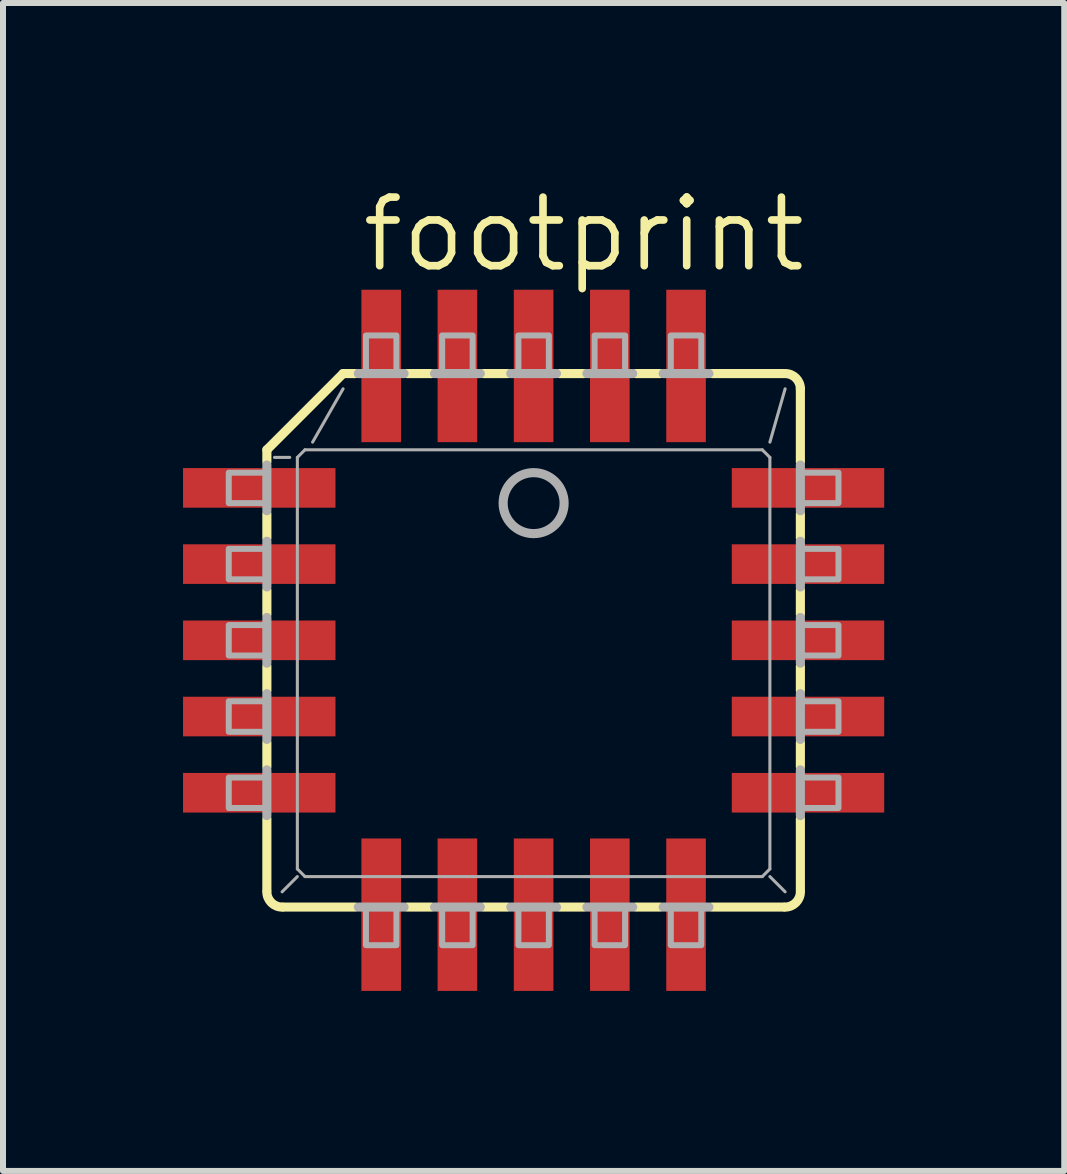
<source format=kicad_pcb>
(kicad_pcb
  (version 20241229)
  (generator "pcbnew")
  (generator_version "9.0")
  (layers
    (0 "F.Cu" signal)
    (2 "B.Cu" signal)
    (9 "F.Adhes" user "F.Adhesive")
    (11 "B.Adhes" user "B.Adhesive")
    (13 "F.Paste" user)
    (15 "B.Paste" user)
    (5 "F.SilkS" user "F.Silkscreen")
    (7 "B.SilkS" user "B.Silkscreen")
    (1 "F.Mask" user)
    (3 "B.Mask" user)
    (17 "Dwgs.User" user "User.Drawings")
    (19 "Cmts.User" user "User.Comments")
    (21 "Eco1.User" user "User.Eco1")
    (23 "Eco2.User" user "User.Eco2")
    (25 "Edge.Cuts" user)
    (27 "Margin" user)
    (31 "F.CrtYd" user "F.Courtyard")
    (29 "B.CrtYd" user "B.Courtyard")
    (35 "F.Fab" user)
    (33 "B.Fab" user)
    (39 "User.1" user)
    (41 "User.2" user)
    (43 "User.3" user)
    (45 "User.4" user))
  (footprint "footprint"
    (layer "F.Cu")
    (at 5.842 7.62)
    (property "Reference" "footprint" (at -2.921 -6.096 0) (layer "F.SilkS") (effects (font (size 1.143 1.143) (thickness 0.127)) (justify left bottom)))
    (fp_line (start -4.445 -3.175) (end -4.445 -2.972) (stroke (width 0.152) (type solid)) (layer "F.SilkS"))
    (fp_line (start -4.445 -3.175) (end -3.175 -4.445) (stroke (width 0.152) (type solid)) (layer "F.SilkS"))
    (fp_line (start -4.445 -2.108) (end -4.445 -1.702) (stroke (width 0.152) (type solid)) (layer "F.SilkS"))
    (fp_line (start -4.445 -0.432) (end -4.445 -0.838) (stroke (width 0.152) (type solid)) (layer "F.SilkS"))
    (fp_line (start -4.445 0.838) (end -4.445 0.432) (stroke (width 0.152) (type solid)) (layer "F.SilkS"))
    (fp_line (start -4.445 2.108) (end -4.445 1.702) (stroke (width 0.152) (type solid)) (layer "F.SilkS"))
    (fp_line (start -4.445 4.166) (end -4.445 2.972) (stroke (width 0.152) (type solid)) (layer "F.SilkS"))
    (fp_line (start -4.166 4.445) (end -2.972 4.445) (stroke (width 0.152) (type solid)) (layer "F.SilkS"))
    (fp_line (start -3.175 -4.445) (end -2.972 -4.445) (stroke (width 0.152) (type solid)) (layer "F.SilkS"))
    (fp_line (start -2.108 -4.445) (end -1.702 -4.445) (stroke (width 0.152) (type solid)) (layer "F.SilkS"))
    (fp_line (start -2.108 4.445) (end -1.702 4.445) (stroke (width 0.152) (type solid)) (layer "F.SilkS"))
    (fp_line (start -0.432 -4.445) (end -0.838 -4.445) (stroke (width 0.152) (type solid)) (layer "F.SilkS"))
    (fp_line (start -0.432 4.445) (end -0.838 4.445) (stroke (width 0.152) (type solid)) (layer "F.SilkS"))
    (fp_line (start 0.432 -4.445) (end 0.838 -4.445) (stroke (width 0.152) (type solid)) (layer "F.SilkS"))
    (fp_line (start 0.838 4.445) (end 0.432 4.445) (stroke (width 0.152) (type solid)) (layer "F.SilkS"))
    (fp_line (start 2.108 -4.445) (end 1.702 -4.445) (stroke (width 0.152) (type solid)) (layer "F.SilkS"))
    (fp_line (start 2.108 4.445) (end 1.702 4.445) (stroke (width 0.152) (type solid)) (layer "F.SilkS"))
    (fp_line (start 4.166 -4.445) (end 2.972 -4.445) (stroke (width 0.152) (type solid)) (layer "F.SilkS"))
    (fp_line (start 4.166 4.445) (end 2.972 4.445) (stroke (width 0.152) (type solid)) (layer "F.SilkS"))
    (fp_line (start 4.445 -4.191) (end 4.445 -2.972) (stroke (width 0.152) (type solid)) (layer "F.SilkS"))
    (fp_line (start 4.445 -2.108) (end 4.445 -1.702) (stroke (width 0.152) (type solid)) (layer "F.SilkS"))
    (fp_line (start 4.445 -0.838) (end 4.445 -0.432) (stroke (width 0.152) (type solid)) (layer "F.SilkS"))
    (fp_line (start 4.445 0.432) (end 4.445 0.838) (stroke (width 0.152) (type solid)) (layer "F.SilkS"))
    (fp_line (start 4.445 2.108) (end 4.445 1.702) (stroke (width 0.152) (type solid)) (layer "F.SilkS"))
    (fp_line (start 4.445 4.166) (end 4.445 2.972) (stroke (width 0.152) (type solid)) (layer "F.SilkS"))
    (fp_arc (start -4.191 4.445) (mid -4.370605 4.370605) (end -4.445 4.191) (stroke (width 0.1524) (type solid)) (layer "F.SilkS"))
    (fp_arc (start 4.191 -4.445) (mid 4.370605 -4.370605) (end 4.445 -4.191) (stroke (width 0.1524) (type solid)) (layer "F.SilkS"))
    (fp_arc (start 4.445 4.191) (mid 4.370605 4.370605) (end 4.191 4.445) (stroke (width 0.1524) (type solid)) (layer "F.SilkS"))
    (fp_line (start -4.445 -2.921) (end -4.445 -2.159) (stroke (width 0.152) (type solid)) (layer "F.Fab"))
    (fp_line (start -4.445 -1.651) (end -4.445 -0.889) (stroke (width 0.152) (type solid)) (layer "F.Fab"))
    (fp_line (start -4.445 -0.381) (end -4.445 0.381) (stroke (width 0.152) (type solid)) (layer "F.Fab"))
    (fp_line (start -4.445 0.889) (end -4.445 1.651) (stroke (width 0.152) (type solid)) (layer "F.Fab"))
    (fp_line (start -4.445 2.159) (end -4.445 2.921) (stroke (width 0.152) (type solid)) (layer "F.Fab"))
    (fp_line (start -4.064 -3.048) (end -4.318 -3.048) (stroke (width 0.051) (type solid)) (layer "F.Fab"))
    (fp_line (start -3.937 3.81) (end -3.937 -3.048) (stroke (width 0.051) (type solid)) (layer "F.Fab"))
    (fp_line (start -3.937 3.81) (end -3.81 3.937) (stroke (width 0.051) (type solid)) (layer "F.Fab"))
    (fp_line (start -3.937 3.937) (end -4.191 4.191) (stroke (width 0.051) (type solid)) (layer "F.Fab"))
    (fp_line (start -3.81 -3.175) (end -3.937 -3.048) (stroke (width 0.051) (type solid)) (layer "F.Fab"))
    (fp_line (start -3.81 -3.175) (end 3.81 -3.175) (stroke (width 0.051) (type solid)) (layer "F.Fab"))
    (fp_line (start -3.683 -3.302) (end -3.175 -4.191) (stroke (width 0.051) (type solid)) (layer "F.Fab"))
    (fp_line (start -2.921 4.445) (end -2.159 4.445) (stroke (width 0.152) (type solid)) (layer "F.Fab"))
    (fp_line (start -2.159 -4.445) (end -2.921 -4.445) (stroke (width 0.152) (type solid)) (layer "F.Fab"))
    (fp_line (start -1.651 4.445) (end -0.889 4.445) (stroke (width 0.152) (type solid)) (layer "F.Fab"))
    (fp_line (start -0.889 -4.445) (end -1.651 -4.445) (stroke (width 0.152) (type solid)) (layer "F.Fab"))
    (fp_line (start -0.381 4.445) (end 0.381 4.445) (stroke (width 0.152) (type solid)) (layer "F.Fab"))
    (fp_line (start 0.381 -4.445) (end -0.381 -4.445) (stroke (width 0.152) (type solid)) (layer "F.Fab"))
    (fp_line (start 0.889 4.445) (end 1.651 4.445) (stroke (width 0.152) (type solid)) (layer "F.Fab"))
    (fp_line (start 1.651 -4.445) (end 0.889 -4.445) (stroke (width 0.152) (type solid)) (layer "F.Fab"))
    (fp_line (start 2.159 4.445) (end 2.921 4.445) (stroke (width 0.152) (type solid)) (layer "F.Fab"))
    (fp_line (start 2.921 -4.445) (end 2.159 -4.445) (stroke (width 0.152) (type solid)) (layer "F.Fab"))
    (fp_line (start 3.81 3.937) (end -3.81 3.937) (stroke (width 0.051) (type solid)) (layer "F.Fab"))
    (fp_line (start 3.81 3.937) (end 3.937 3.81) (stroke (width 0.051) (type solid)) (layer "F.Fab"))
    (fp_line (start 3.937 -3.048) (end 3.81 -3.175) (stroke (width 0.051) (type solid)) (layer "F.Fab"))
    (fp_line (start 3.937 -3.048) (end 3.937 3.81) (stroke (width 0.051) (type solid)) (layer "F.Fab"))
    (fp_line (start 3.937 3.937) (end 4.191 4.191) (stroke (width 0.051) (type solid)) (layer "F.Fab"))
    (fp_line (start 4.191 -4.191) (end 3.937 -3.302) (stroke (width 0.051) (type solid)) (layer "F.Fab"))
    (fp_line (start 4.445 -2.159) (end 4.445 -2.921) (stroke (width 0.152) (type solid)) (layer "F.Fab"))
    (fp_line (start 4.445 -0.889) (end 4.445 -1.651) (stroke (width 0.152) (type solid)) (layer "F.Fab"))
    (fp_line (start 4.445 0.381) (end 4.445 -0.381) (stroke (width 0.152) (type solid)) (layer "F.Fab"))
    (fp_line (start 4.445 1.651) (end 4.445 0.889) (stroke (width 0.152) (type solid)) (layer "F.Fab"))
    (fp_line (start 4.445 2.921) (end 4.445 2.159) (stroke (width 0.152) (type solid)) (layer "F.Fab"))
    (fp_circle (center 0 -2.286) (end 0.508 -2.286) (stroke (width 0.152) (type solid)) (fill no) (layer "F.Fab"))
    (fp_poly (pts (xy -5.08 -2.286) (xy -4.445 -2.286) (xy -4.445 -2.794) (xy -5.08 -2.794)) (stroke (width 0.1) (type solid)) (fill no) (layer "F.Fab"))
    (fp_poly (pts (xy -5.08 -1.016) (xy -4.445 -1.016) (xy -4.445 -1.524) (xy -5.08 -1.524)) (stroke (width 0.1) (type solid)) (fill no) (layer "F.Fab"))
    (fp_poly (pts (xy -5.08 0.254) (xy -4.445 0.254) (xy -4.445 -0.254) (xy -5.08 -0.254)) (stroke (width 0.1) (type solid)) (fill no) (layer "F.Fab"))
    (fp_poly (pts (xy -5.08 1.524) (xy -4.445 1.524) (xy -4.445 1.016) (xy -5.08 1.016)) (stroke (width 0.1) (type solid)) (fill no) (layer "F.Fab"))
    (fp_poly (pts (xy -5.08 2.794) (xy -4.445 2.794) (xy -4.445 2.286) (xy -5.08 2.286)) (stroke (width 0.1) (type solid)) (fill no) (layer "F.Fab"))
    (fp_poly (pts (xy -2.794 -4.445) (xy -2.286 -4.445) (xy -2.286 -5.08) (xy -2.794 -5.08)) (stroke (width 0.1) (type solid)) (fill no) (layer "F.Fab"))
    (fp_poly (pts (xy -2.794 5.08) (xy -2.286 5.08) (xy -2.286 4.445) (xy -2.794 4.445)) (stroke (width 0.1) (type solid)) (fill no) (layer "F.Fab"))
    (fp_poly (pts (xy -1.524 -4.445) (xy -1.016 -4.445) (xy -1.016 -5.08) (xy -1.524 -5.08)) (stroke (width 0.1) (type solid)) (fill no) (layer "F.Fab"))
    (fp_poly (pts (xy -1.524 5.08) (xy -1.016 5.08) (xy -1.016 4.445) (xy -1.524 4.445)) (stroke (width 0.1) (type solid)) (fill no) (layer "F.Fab"))
    (fp_poly (pts (xy -0.254 -4.445) (xy 0.254 -4.445) (xy 0.254 -5.08) (xy -0.254 -5.08)) (stroke (width 0.1) (type solid)) (fill no) (layer "F.Fab"))
    (fp_poly (pts (xy -0.254 5.08) (xy 0.254 5.08) (xy 0.254 4.445) (xy -0.254 4.445)) (stroke (width 0.1) (type solid)) (fill no) (layer "F.Fab"))
    (fp_poly (pts (xy 1.016 -4.445) (xy 1.524 -4.445) (xy 1.524 -5.08) (xy 1.016 -5.08)) (stroke (width 0.1) (type solid)) (fill no) (layer "F.Fab"))
    (fp_poly (pts (xy 1.016 5.08) (xy 1.524 5.08) (xy 1.524 4.445) (xy 1.016 4.445)) (stroke (width 0.1) (type solid)) (fill no) (layer "F.Fab"))
    (fp_poly (pts (xy 2.286 -4.445) (xy 2.794 -4.445) (xy 2.794 -5.08) (xy 2.286 -5.08)) (stroke (width 0.1) (type solid)) (fill no) (layer "F.Fab"))
    (fp_poly (pts (xy 2.286 5.08) (xy 2.794 5.08) (xy 2.794 4.445) (xy 2.286 4.445)) (stroke (width 0.1) (type solid)) (fill no) (layer "F.Fab"))
    (fp_poly (pts (xy 4.445 -2.286) (xy 5.08 -2.286) (xy 5.08 -2.794) (xy 4.445 -2.794)) (stroke (width 0.1) (type solid)) (fill no) (layer "F.Fab"))
    (fp_poly (pts (xy 4.445 -1.016) (xy 5.08 -1.016) (xy 5.08 -1.524) (xy 4.445 -1.524)) (stroke (width 0.1) (type solid)) (fill no) (layer "F.Fab"))
    (fp_poly (pts (xy 4.445 0.254) (xy 5.08 0.254) (xy 5.08 -0.254) (xy 4.445 -0.254)) (stroke (width 0.1) (type solid)) (fill no) (layer "F.Fab"))
    (fp_poly (pts (xy 4.445 1.524) (xy 5.08 1.524) (xy 5.08 1.016) (xy 4.445 1.016)) (stroke (width 0.1) (type solid)) (fill no) (layer "F.Fab"))
    (fp_poly (pts (xy 4.445 2.794) (xy 5.08 2.794) (xy 5.08 2.286) (xy 4.445 2.286)) (stroke (width 0.1) (type solid)) (fill no) (layer "F.Fab"))
    (pad "1" smd rect (at 0 -4.572) (size 0.66 2.54) (layers "F.Cu" "F.Mask" "F.Paste"))
    (pad "2" smd rect (at -1.27 -4.572) (size 0.66 2.54) (layers "F.Cu" "F.Mask" "F.Paste"))
    (pad "3" smd rect (at -2.54 -4.572) (size 0.66 2.54) (layers "F.Cu" "F.Mask" "F.Paste"))
    (pad "4" smd rect (at -4.572 -2.54) (size 2.54 0.66) (layers "F.Cu" "F.Mask" "F.Paste"))
    (pad "5" smd rect (at -4.572 -1.27) (size 2.54 0.66) (layers "F.Cu" "F.Mask" "F.Paste"))
    (pad "6" smd rect (at -4.572 0) (size 2.54 0.66) (layers "F.Cu" "F.Mask" "F.Paste"))
    (pad "7" smd rect (at -4.572 1.27) (size 2.54 0.66) (layers "F.Cu" "F.Mask" "F.Paste"))
    (pad "8" smd rect (at -4.572 2.54) (size 2.54 0.66) (layers "F.Cu" "F.Mask" "F.Paste"))
    (pad "9" smd rect (at -2.54 4.572) (size 0.66 2.54) (layers "F.Cu" "F.Mask" "F.Paste"))
    (pad "10" smd rect (at -1.27 4.572) (size 0.66 2.54) (layers "F.Cu" "F.Mask" "F.Paste"))
    (pad "11" smd rect (at 0 4.572) (size 0.66 2.54) (layers "F.Cu" "F.Mask" "F.Paste"))
    (pad "12" smd rect (at 1.27 4.572) (size 0.66 2.54) (layers "F.Cu" "F.Mask" "F.Paste"))
    (pad "13" smd rect (at 2.54 4.572) (size 0.66 2.54) (layers "F.Cu" "F.Mask" "F.Paste"))
    (pad "14" smd rect (at 4.572 2.54) (size 2.54 0.66) (layers "F.Cu" "F.Mask" "F.Paste"))
    (pad "15" smd rect (at 4.572 1.27) (size 2.54 0.66) (layers "F.Cu" "F.Mask" "F.Paste"))
    (pad "16" smd rect (at 4.572 0) (size 2.54 0.66) (layers "F.Cu" "F.Mask" "F.Paste"))
    (pad "17" smd rect (at 4.572 -1.27) (size 2.54 0.66) (layers "F.Cu" "F.Mask" "F.Paste"))
    (pad "18" smd rect (at 4.572 -2.54) (size 2.54 0.66) (layers "F.Cu" "F.Mask" "F.Paste"))
    (pad "19" smd rect (at 2.54 -4.572) (size 0.66 2.54) (layers "F.Cu" "F.Mask" "F.Paste"))
    (pad "20" smd rect (at 1.27 -4.572) (size 0.66 2.54) (layers "F.Cu" "F.Mask" "F.Paste")))
  (gr_rect
    (start -3 -3)
    (end 14.684 16.462)
    (stroke (width 0.1) (type default))
    (fill no)
    (layer "Edge.Cuts")))
</source>
